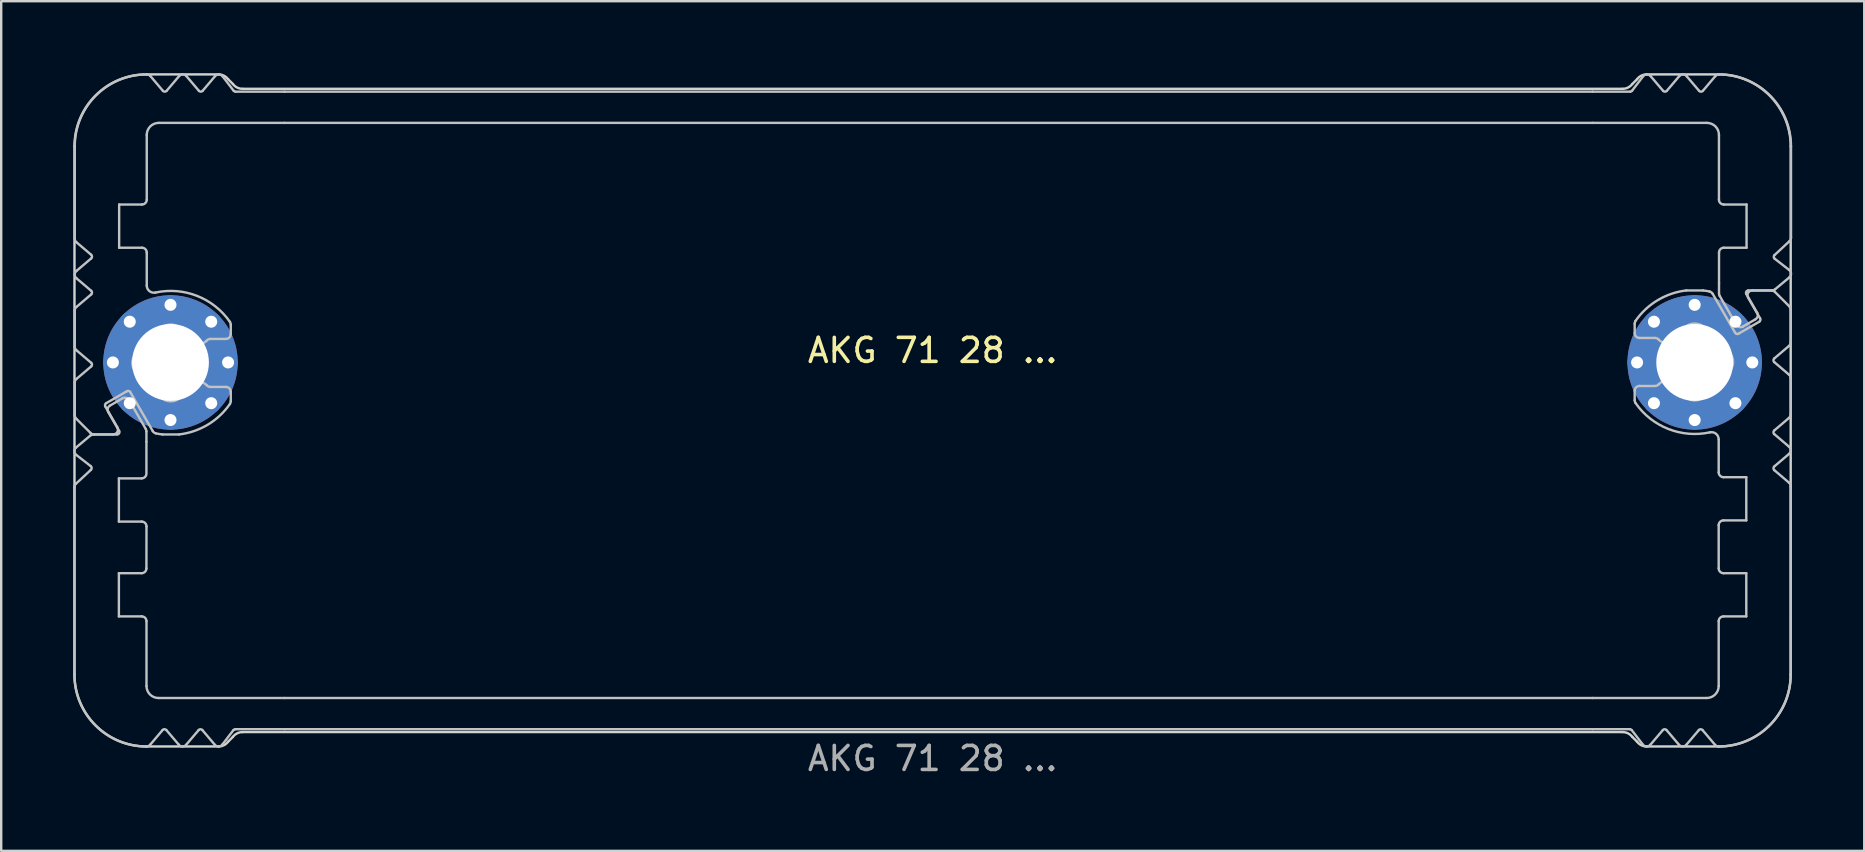
<source format=kicad_pcb>
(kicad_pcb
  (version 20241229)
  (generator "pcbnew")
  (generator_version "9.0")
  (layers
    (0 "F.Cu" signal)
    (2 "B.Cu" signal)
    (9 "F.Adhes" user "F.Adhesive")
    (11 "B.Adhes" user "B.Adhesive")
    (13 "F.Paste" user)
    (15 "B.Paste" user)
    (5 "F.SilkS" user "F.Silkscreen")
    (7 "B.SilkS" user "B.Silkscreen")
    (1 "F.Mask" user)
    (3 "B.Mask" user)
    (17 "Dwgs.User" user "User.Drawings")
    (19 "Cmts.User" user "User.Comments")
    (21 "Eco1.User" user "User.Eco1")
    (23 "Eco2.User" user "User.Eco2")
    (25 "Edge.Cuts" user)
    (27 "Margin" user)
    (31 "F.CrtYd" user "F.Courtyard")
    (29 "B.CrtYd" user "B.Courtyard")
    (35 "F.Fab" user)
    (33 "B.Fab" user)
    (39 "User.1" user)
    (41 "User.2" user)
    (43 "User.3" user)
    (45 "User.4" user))
  (footprint "AKG 71 28 ..."
    (layer "F.Cu")
    (at 35.803 12.05)
    (property "Reference" "AKG 71 28 ..." (at 0 -0.5 0) (unlocked yes) (layer "F.SilkS") (effects (font (size 1 1) (thickness 0.15))))
    (attr exclude_from_pos_files dnp)
    (fp_rect (start -28.25 -11.3) (end 27.704 -10) (stroke (width 0.1) (type solid)) (fill yes) (layer "B.Mask"))
    (fp_rect (start -28.2 14) (end 27.704 15.3) (stroke (width 0.1) (type solid)) (fill yes) (layer "B.Mask"))
    (fp_poly (pts (xy -29.15 -11.3) (xy -28.25 -11.3) (xy -28.25 -10) (xy -32.75 -10) (xy -32.75 -12) (xy -32.05 -11.2) (xy -31.3 -12) (xy -30.55 -11.2) (xy -29.8 -12)) (stroke (width 0.1) (type solid)) (fill yes) (layer "B.Mask"))
    (fp_poly (pts (xy -29.1 15.3) (xy -28.2 15.3) (xy -28.2 14) (xy -32.7 14) (xy -32.7 16) (xy -32 15.2) (xy -31.25 16) (xy -30.5 15.2) (xy -29.75 16)) (stroke (width 0.1) (type solid)) (fill yes) (layer "B.Mask"))
    (fp_poly (pts (xy 29.104 -11.3) (xy 27.704 -11.3) (xy 27.704 -10) (xy 32.704 -10) (xy 32.704 -12) (xy 32.004 -11.2) (xy 31.254 -12) (xy 30.504 -11.2) (xy 29.754 -12)) (stroke (width 0.1) (type solid)) (fill yes) (layer "B.Mask"))
    (fp_poly (pts (xy 29.104 15.3) (xy 27.704 15.3) (xy 27.704 14) (xy 32.704 14) (xy 32.704 16) (xy 32.004 15.2) (xy 31.254 16) (xy 30.504 15.2) (xy 29.754 16)) (stroke (width 0.1) (type solid)) (fill yes) (layer "B.Mask"))
    (fp_poly (pts (xy -32.796 -6.7) (xy -33.896 -6.7) (xy -33.896 -4.7) (xy -32.796 -4.7) (xy -32.796 0.1) (xy -34.896 0.1) (xy -35.696 -0.6) (xy -35.696 -2.2) (xy -34.796 -2.9) (xy -35.696 -3.7) (xy -34.896 -4.4) (xy -35.696 -5.1) (xy -35.696 -12) (xy -32.796 -12)) (stroke (width 0.1) (type solid)) (fill yes) (layer "B.Mask"))
    (fp_poly (pts (xy 32.804 -6.7) (xy 33.904 -6.7) (xy 33.904 -4.7) (xy 32.804 -4.7) (xy 32.804 -0.1) (xy 34.904 -0.1) (xy 35.704 -0.8) (xy 35.704 -2.2) (xy 34.904 -3) (xy 35.704 -3.7) (xy 34.904 -4.4) (xy 35.704 -5.1) (xy 35.704 -12) (xy 32.804 -12)) (stroke (width 0.1) (type solid)) (fill yes) (layer "B.Mask"))
    (fp_poly (pts (xy -32.796 10.6) (xy -33.9 10.6) (xy -33.9 8.75) (xy -32.796 8.75) (xy -32.796 6.7) (xy -33.896 6.7) (xy -33.896 4.7) (xy -32.796 4.7) (xy -32.796 0.1) (xy -34.896 0.1) (xy -35.696 0.8) (xy -35.696 2.2) (xy -34.896 3) (xy -35.696 3.7) (xy -34.896 4.4) (xy -35.696 5.1) (xy -35.696 16) (xy -32.796 16)) (stroke (width 0.1) (type solid)) (fill yes) (layer "B.Mask"))
    (fp_poly (pts (xy 32.8 10.6) (xy 33.9 10.6) (xy 33.9 8.8) (xy 32.8 8.8) (xy 32.804 6.7) (xy 33.904 6.7) (xy 33.904 4.7) (xy 32.804 4.7) (xy 32.804 -0.1) (xy 34.904 -0.1) (xy 35.704 0.6) (xy 35.704 2.2) (xy 34.804 2.9) (xy 35.704 3.7) (xy 34.904 4.4) (xy 35.704 5.1) (xy 35.704 16) (xy 32.804 16)) (stroke (width 0.1) (type solid)) (fill yes) (layer "B.Mask"))
    (fp_line (start -35.752 13) (end -35.752 5.214) (stroke (width 0.1) (type solid)) (layer "Dwgs.User"))
    (fp_line (start -35.739 -0.66) (end -35.739 -2.16) (stroke (width 0.1) (type solid)) (layer "Dwgs.User"))
    (fp_line (start -35.739 2.197) (end -35.739 0.84) (stroke (width 0.1) (type solid)) (layer "Dwgs.User"))
    (fp_line (start -35.739 -5.171) (end -35.739 -9) (stroke (width 0.1) (type solid)) (layer "Dwgs.User"))
    (fp_line (start -35.689 5.053) (end -35.065 4.473) (stroke (width 0.1) (type solid)) (layer "Dwgs.User"))
    (fp_line (start -35.683 3.543) (end -35.089 3.046) (stroke (width 0.1) (type solid)) (layer "Dwgs.User"))
    (fp_line (start -35.669 -3.812) (end -35.055 -4.334) (stroke (width 0.1) (type solid)) (layer "Dwgs.User"))
    (fp_line (start -35.669 -2.312) (end -35.055 -2.834) (stroke (width 0.1) (type solid)) (layer "Dwgs.User"))
    (fp_line (start -35.669 0.688) (end -35.055 0.166) (stroke (width 0.1) (type solid)) (layer "Dwgs.User"))
    (fp_line (start -35.078 2.941) (end -35.681 2.339) (stroke (width 0.1) (type solid)) (layer "Dwgs.User"))
    (fp_line (start -35.072 4.321) (end -35.675 3.853) (stroke (width 0.1) (type solid)) (layer "Dwgs.User"))
    (fp_line (start -35.055 -4.486) (end -35.669 -5.008) (stroke (width 0.1) (type solid)) (layer "Dwgs.User"))
    (fp_line (start -35.055 -2.986) (end -35.669 -3.508) (stroke (width 0.1) (type solid)) (layer "Dwgs.User"))
    (fp_line (start -35.055 0.014) (end -35.669 -0.508) (stroke (width 0.1) (type solid)) (layer "Dwgs.User"))
    (fp_line (start -34.96 3) (end -33.977 3) (stroke (width 0.1) (type solid)) (layer "Dwgs.User"))
    (fp_line (start -34.466 1.834) (end -33.966 2.7) (stroke (width 0.1) (type solid)) (layer "Dwgs.User"))
    (fp_line (start -34.268 1.795) (end -33.933 1.602) (stroke (width 0.1) (type solid)) (layer "Dwgs.User"))
    (fp_line (start -34.139 3) (end -34.936 3) (stroke (width 0.1) (type solid)) (layer "Dwgs.User"))
    (fp_line (start -33.933 1.602) (end -33.749 1.495) (stroke (width 0.1) (type solid)) (layer "Dwgs.User"))
    (fp_line (start -33.9 4.83) (end -33.9 6.63) (stroke (width 0.1) (type solid)) (layer "Dwgs.User"))
    (fp_line (start -33.9 6.63) (end -32.95 6.63) (stroke (width 0.1) (type solid)) (layer "Dwgs.User"))
    (fp_line (start -33.9 8.78) (end -33.9 10.58) (stroke (width 0.1) (type solid)) (layer "Dwgs.User"))
    (fp_line (start -33.9 10.58) (end -32.95 10.58) (stroke (width 0.1) (type solid)) (layer "Dwgs.User"))
    (fp_line (start -33.89 2.85) (end -34.342 2.068) (stroke (width 0.1) (type solid)) (layer "Dwgs.User"))
    (fp_line (start -33.889 -6.58) (end -33.889 -4.78) (stroke (width 0.1) (type solid)) (layer "Dwgs.User"))
    (fp_line (start -33.889 -4.78) (end -32.939 -4.78) (stroke (width 0.1) (type solid)) (layer "Dwgs.User"))
    (fp_line (start -33.563 1.197) (end -34.429 1.697) (stroke (width 0.1) (type solid)) (layer "Dwgs.User"))
    (fp_line (start -33.475 1.568) (end -32.78 2.773) (stroke (width 0.1) (type solid)) (layer "Dwgs.User"))
    (fp_line (start -32.953 4.83) (end -33.9 4.83) (stroke (width 0.1) (type solid)) (layer "Dwgs.User"))
    (fp_line (start -32.953 8.78) (end -33.9 8.78) (stroke (width 0.1) (type solid)) (layer "Dwgs.User"))
    (fp_line (start -32.939 -6.58) (end -33.889 -6.58) (stroke (width 0.1) (type solid)) (layer "Dwgs.User"))
    (fp_line (start -32.753 2.873) (end -32.753 3.3) (stroke (width 0.1) (type solid)) (layer "Dwgs.User"))
    (fp_line (start -32.753 3.305) (end -32.753 4.58) (stroke (width 0.1) (type solid)) (layer "Dwgs.User"))
    (fp_line (start -32.752 16) (end -32.752 16) (stroke (width 0.1) (type solid)) (layer "Dwgs.User"))
    (fp_line (start -32.751 16) (end -32.752 16) (stroke (width 0.1) (type solid)) (layer "Dwgs.User"))
    (fp_line (start -32.75 6.83) (end -32.753 8.58) (stroke (width 0.1) (type solid)) (layer "Dwgs.User"))
    (fp_line (start -32.75 10.78) (end -32.75 13.48) (stroke (width 0.1) (type solid)) (layer "Dwgs.User"))
    (fp_line (start -32.739 -9.48) (end -32.739 -6.78) (stroke (width 0.1) (type solid)) (layer "Dwgs.User"))
    (fp_line (start -32.739 -4.58) (end -32.739 -3.205) (stroke (width 0.1) (type solid)) (layer "Dwgs.User"))
    (fp_line (start -32.586 -11.929) (end -32.065 -11.315) (stroke (width 0.1) (type solid)) (layer "Dwgs.User"))
    (fp_line (start -32.488 2.86) (end -33.427 1.234) (stroke (width 0.1) (type solid)) (layer "Dwgs.User"))
    (fp_line (start -32.25 13.98) (end -27 13.98) (stroke (width 0.1) (type solid)) (layer "Dwgs.User"))
    (fp_line (start -32.079 15.315) (end -32.599 15.929) (stroke (width 0.1) (type solid)) (layer "Dwgs.User"))
    (fp_line (start -31.913 -11.315) (end -31.392 -11.929) (stroke (width 0.1) (type solid)) (layer "Dwgs.User"))
    (fp_line (start -31.414 15.914) (end -31.924 15.315) (stroke (width 0.1) (type solid)) (layer "Dwgs.User"))
    (fp_line (start -31.393 3) (end -32.085 3) (stroke (width 0.1) (type solid)) (layer "Dwgs.User"))
    (fp_line (start -31.087 -11.929) (end -30.565 -11.315) (stroke (width 0.1) (type solid)) (layer "Dwgs.User"))
    (fp_line (start -30.576 15.315) (end -31.098 15.929) (stroke (width 0.1) (type solid)) (layer "Dwgs.User"))
    (fp_line (start -30.413 -11.315) (end -29.892 -11.929) (stroke (width 0.1) (type solid)) (layer "Dwgs.User"))
    (fp_line (start -30.088 1.02) (end -29.439 1.02) (stroke (width 0.1) (type solid)) (layer "Dwgs.User"))
    (fp_line (start -29.903 15.929) (end -30.424 15.315) (stroke (width 0.1) (type solid)) (layer "Dwgs.User"))
    (fp_line (start -29.58 -11.922) (end -29.119 -11.319) (stroke (width 0.1) (type solid)) (layer "Dwgs.User"))
    (fp_line (start -29.439 -0.98) (end -30.088 -0.98) (stroke (width 0.1) (type solid)) (layer "Dwgs.User"))
    (fp_line (start -29.239 -1.577) (end -29.239 -1.18) (stroke (width 0.1) (type solid)) (layer "Dwgs.User"))
    (fp_line (start -29.239 1.22) (end -29.239 1.617) (stroke (width 0.1) (type solid)) (layer "Dwgs.User"))
    (fp_line (start -29.129 15.319) (end -29.591 15.922) (stroke (width 0.1) (type solid)) (layer "Dwgs.User"))
    (fp_line (start -29.039 -11.28) (end -27 -11.28) (stroke (width 0.1) (type solid)) (layer "Dwgs.User"))
    (fp_line (start -27 -11.28) (end 27.5 -11.28) (stroke (width 0.1) (type solid)) (layer "Dwgs.User"))
    (fp_line (start -27 -9.98) (end -32.239 -9.98) (stroke (width 0.1) (type solid)) (layer "Dwgs.User"))
    (fp_line (start -27 -9.98) (end 27.5 -9.98) (stroke (width 0.1) (type solid)) (layer "Dwgs.User"))
    (fp_line (start -27 13.98) (end 27.5 13.98) (stroke (width 0.1) (type solid)) (layer "Dwgs.User"))
    (fp_line (start -27 15.28) (end -29.05 15.28) (stroke (width 0.1) (type solid)) (layer "Dwgs.User"))
    (fp_line (start -27 15.28) (end 27.5 15.28) (stroke (width 0.1) (type solid)) (layer "Dwgs.User"))
    (fp_line (start 27.5 -11.28) (end 29.059 -11.28) (stroke (width 0.1) (type solid)) (layer "Dwgs.User"))
    (fp_line (start 27.5 -9.98) (end 32.261 -9.98) (stroke (width 0.1) (type solid)) (layer "Dwgs.User"))
    (fp_line (start 27.5 13.98) (end 32.241 13.98) (stroke (width 0.1) (type solid)) (layer "Dwgs.User"))
    (fp_line (start 27.5 15.28) (end 29.05 15.28) (stroke (width 0.1) (type solid)) (layer "Dwgs.User"))
    (fp_line (start 29.14 -11.319) (end 29.602 -11.922) (stroke (width 0.1) (type solid)) (layer "Dwgs.User"))
    (fp_line (start 29.25 -1.22) (end 29.25 -1.617) (stroke (width 0.1) (type solid)) (layer "Dwgs.User"))
    (fp_line (start 29.25 1.577) (end 29.25 1.18) (stroke (width 0.1) (type solid)) (layer "Dwgs.User"))
    (fp_line (start 29.45 0.98) (end 30.099 0.98) (stroke (width 0.1) (type solid)) (layer "Dwgs.User"))
    (fp_line (start 29.591 15.922) (end 29.129 15.319) (stroke (width 0.1) (type solid)) (layer "Dwgs.User"))
    (fp_line (start 29.913 -11.929) (end 30.435 -11.315) (stroke (width 0.1) (type solid)) (layer "Dwgs.User"))
    (fp_line (start 30.099 -1.02) (end 29.45 -1.02) (stroke (width 0.1) (type solid)) (layer "Dwgs.User"))
    (fp_line (start 30.424 15.315) (end 29.902 15.929) (stroke (width 0.1) (type solid)) (layer "Dwgs.User"))
    (fp_line (start 30.587 -11.315) (end 31.108 -11.929) (stroke (width 0.1) (type solid)) (layer "Dwgs.User"))
    (fp_line (start 31.097 15.929) (end 30.576 15.315) (stroke (width 0.1) (type solid)) (layer "Dwgs.User"))
    (fp_line (start 31.404 -3) (end 32.096 -3) (stroke (width 0.1) (type solid)) (layer "Dwgs.User"))
    (fp_line (start 31.425 -11.914) (end 31.935 -11.315) (stroke (width 0.1) (type solid)) (layer "Dwgs.User"))
    (fp_line (start 31.924 15.315) (end 31.402 15.929) (stroke (width 0.1) (type solid)) (layer "Dwgs.User"))
    (fp_line (start 32.09 -11.315) (end 32.61 -11.929) (stroke (width 0.1) (type solid)) (layer "Dwgs.User"))
    (fp_line (start 32.499 -2.86) (end 33.438 -1.234) (stroke (width 0.1) (type solid)) (layer "Dwgs.User"))
    (fp_line (start 32.596 15.929) (end 32.076 15.315) (stroke (width 0.1) (type solid)) (layer "Dwgs.User"))
    (fp_line (start 32.75 4.58) (end 32.75 3.205) (stroke (width 0.1) (type solid)) (layer "Dwgs.User"))
    (fp_line (start 32.75 6.78) (end 32.75 8.577) (stroke (width 0.1) (type solid)) (layer "Dwgs.User"))
    (fp_line (start 32.75 13.48) (end 32.75 10.78) (stroke (width 0.1) (type solid)) (layer "Dwgs.User"))
    (fp_line (start 32.761 -6.78) (end 32.761 -9.48) (stroke (width 0.1) (type solid)) (layer "Dwgs.User"))
    (fp_line (start 32.762 -12) (end 32.762 -12) (stroke (width 0.1) (type solid)) (layer "Dwgs.User"))
    (fp_line (start 32.762 -12) (end 32.763 -12) (stroke (width 0.1) (type solid)) (layer "Dwgs.User"))
    (fp_line (start 32.764 -3.305) (end 32.764 -4.58) (stroke (width 0.1) (type solid)) (layer "Dwgs.User"))
    (fp_line (start 32.764 -2.873) (end 32.764 -3.3) (stroke (width 0.1) (type solid)) (layer "Dwgs.User"))
    (fp_line (start 32.95 6.58) (end 33.9 6.58) (stroke (width 0.1) (type solid)) (layer "Dwgs.User"))
    (fp_line (start 32.95 10.58) (end 33.9 10.58) (stroke (width 0.1) (type solid)) (layer "Dwgs.User"))
    (fp_line (start 32.964 -4.78) (end 33.911 -4.78) (stroke (width 0.1) (type solid)) (layer "Dwgs.User"))
    (fp_line (start 33.486 -1.568) (end 32.791 -2.773) (stroke (width 0.1) (type solid)) (layer "Dwgs.User"))
    (fp_line (start 33.574 -1.197) (end 34.44 -1.697) (stroke (width 0.1) (type solid)) (layer "Dwgs.User"))
    (fp_line (start 33.9 4.78) (end 32.95 4.78) (stroke (width 0.1) (type solid)) (layer "Dwgs.User"))
    (fp_line (start 33.9 6.58) (end 33.9 4.78) (stroke (width 0.1) (type solid)) (layer "Dwgs.User"))
    (fp_line (start 33.9 8.78) (end 32.95 8.78) (stroke (width 0.1) (type solid)) (layer "Dwgs.User"))
    (fp_line (start 33.9 10.58) (end 33.9 8.78) (stroke (width 0.1) (type solid)) (layer "Dwgs.User"))
    (fp_line (start 33.901 -2.85) (end 34.352 -2.068) (stroke (width 0.1) (type solid)) (layer "Dwgs.User"))
    (fp_line (start 33.911 -6.58) (end 32.961 -6.58) (stroke (width 0.1) (type solid)) (layer "Dwgs.User"))
    (fp_line (start 33.911 -4.78) (end 33.911 -6.58) (stroke (width 0.1) (type solid)) (layer "Dwgs.User"))
    (fp_line (start 33.944 -1.602) (end 33.759 -1.495) (stroke (width 0.1) (type solid)) (layer "Dwgs.User"))
    (fp_line (start 34.15 -3) (end 34.947 -3) (stroke (width 0.1) (type solid)) (layer "Dwgs.User"))
    (fp_line (start 34.279 -1.795) (end 33.944 -1.602) (stroke (width 0.1) (type solid)) (layer "Dwgs.User"))
    (fp_line (start 34.477 -1.834) (end 33.977 -2.7) (stroke (width 0.1) (type solid)) (layer "Dwgs.User"))
    (fp_line (start 34.971 -3) (end 33.988 -3) (stroke (width 0.1) (type solid)) (layer "Dwgs.User"))
    (fp_line (start 35.065 -0.014) (end 35.679 0.508) (stroke (width 0.1) (type solid)) (layer "Dwgs.User"))
    (fp_line (start 35.065 2.986) (end 35.679 3.508) (stroke (width 0.1) (type solid)) (layer "Dwgs.User"))
    (fp_line (start 35.065 4.486) (end 35.679 5.008) (stroke (width 0.1) (type solid)) (layer "Dwgs.User"))
    (fp_line (start 35.083 -4.321) (end 35.686 -3.853) (stroke (width 0.1) (type solid)) (layer "Dwgs.User"))
    (fp_line (start 35.089 -2.941) (end 35.691 -2.339) (stroke (width 0.1) (type solid)) (layer "Dwgs.User"))
    (fp_line (start 35.679 -0.688) (end 35.065 -0.166) (stroke (width 0.1) (type solid)) (layer "Dwgs.User"))
    (fp_line (start 35.679 2.312) (end 35.065 2.834) (stroke (width 0.1) (type solid)) (layer "Dwgs.User"))
    (fp_line (start 35.679 3.812) (end 35.065 4.334) (stroke (width 0.1) (type solid)) (layer "Dwgs.User"))
    (fp_line (start 35.693 -3.543) (end 35.099 -3.047) (stroke (width 0.1) (type solid)) (layer "Dwgs.User"))
    (fp_line (start 35.7 -5.053) (end 35.076 -4.473) (stroke (width 0.1) (type solid)) (layer "Dwgs.User"))
    (fp_line (start 35.75 5.171) (end 35.749 13) (stroke (width 0.1) (type solid)) (layer "Dwgs.User"))
    (fp_line (start 35.75 -2.197) (end 35.75 -0.84) (stroke (width 0.1) (type solid)) (layer "Dwgs.User"))
    (fp_line (start 35.75 0.66) (end 35.75 2.16) (stroke (width 0.1) (type solid)) (layer "Dwgs.User"))
    (fp_line (start 35.763 -9) (end 35.763 -5.215) (stroke (width 0.1) (type solid)) (layer "Dwgs.User"))
    (fp_arc (start -35.752431 5.214496) (mid -35.73921 5.126511) (end -35.689103 5.05299) (stroke (width 0.1) (type solid)) (layer "Dwgs.User"))
    (fp_arc (start -35.73919 -2.16003) (mid -35.720691 -2.24403) (end -35.668628 -2.312496) (stroke (width 0.1) (type solid)) (layer "Dwgs.User"))
    (fp_arc (start -35.73919 0.83997) (mid -35.720691 0.75597) (end -35.668628 0.687504) (stroke (width 0.1) (type solid)) (layer "Dwgs.User"))
    (fp_arc (start -35.738629 -9.00003) (mid -34.859776 -11.121528) (end -32.738132 -12.00003) (stroke (width 0.1) (type solid)) (layer "Dwgs.User"))
    (fp_arc (start -35.680611 2.338548) (mid -35.723952 2.273658) (end -35.73919 2.197127) (stroke (width 0.1) (type solid)) (layer "Dwgs.User"))
    (fp_arc (start -35.675499 3.853059) (mid -35.752937 3.699538) (end -35.682592 3.542641) (stroke (width 0.1) (type solid)) (layer "Dwgs.User"))
    (fp_arc (start -35.668628 -5.007564) (mid -35.723021 -5.081251) (end -35.738863 -5.171459) (stroke (width 0.1) (type solid)) (layer "Dwgs.User"))
    (fp_arc (start -35.668628 -3.507564) (mid -35.739188 -3.66003) (end -35.668628 -3.812496) (stroke (width 0.1) (type solid)) (layer "Dwgs.User"))
    (fp_arc (start -35.668628 -0.507564) (mid -35.720694 -0.576029) (end -35.73919 -0.66003) (stroke (width 0.1) (type solid)) (layer "Dwgs.User"))
    (fp_arc (start -35.088668 3.046481) (mid -35.028648 3.011946) (end -34.960445 2.99997) (stroke (width 0.1) (type solid)) (layer "Dwgs.User"))
    (fp_arc (start -35.071739 4.320925) (mid -35.033088 4.395508) (end -35.064937 4.473239) (stroke (width 0.1) (type solid)) (layer "Dwgs.User"))
    (fp_arc (start -35.054583 -4.486263) (mid -35.019295 -4.41003) (end -35.054583 -4.333797) (stroke (width 0.1) (type solid)) (layer "Dwgs.User"))
    (fp_arc (start -35.054583 -2.986263) (mid -35.019295 -2.91003) (end -35.054583 -2.833797) (stroke (width 0.1) (type solid)) (layer "Dwgs.User"))
    (fp_arc (start -35.054583 0.013737) (mid -35.019295 0.08997) (end -35.054583 0.166203) (stroke (width 0.1) (type solid)) (layer "Dwgs.User"))
    (fp_arc (start -34.936347 2.99997) (mid -35.012877 2.984729) (end -35.077769 2.941391) (stroke (width 0.1) (type solid)) (layer "Dwgs.User"))
    (fp_arc (start -34.465985 1.833944) (mid -34.475952 1.758068) (end -34.429382 1.697342) (stroke (width 0.1) (type solid)) (layer "Dwgs.User"))
    (fp_arc (start -34.341514 2.068343) (mid -34.361468 1.916586) (end -34.268309 1.795138) (stroke (width 0.1) (type solid)) (layer "Dwgs.User"))
    (fp_arc (start -33.965985 2.69997) (mid -33.965978 2.899974) (end -34.13919 2.99997) (stroke (width 0.1) (type solid)) (layer "Dwgs.User"))
    (fp_arc (start -33.890241 2.84997) (mid -33.890233 2.949975) (end -33.976844 2.99997) (stroke (width 0.1) (type solid)) (layer "Dwgs.User"))
    (fp_arc (start -33.748694 1.495138) (mid -33.596932 1.475166) (end -33.475489 1.568343) (stroke (width 0.1) (type solid)) (layer "Dwgs.User"))
    (fp_arc (start -33.563357 1.197342) (mid -33.487485 1.187387) (end -33.426754 1.233944) (stroke (width 0.1) (type solid)) (layer "Dwgs.User"))
    (fp_arc (start -32.950049 6.62997) (mid -32.808651 6.688572) (end -32.750049 6.82997) (stroke (width 0.1) (type solid)) (layer "Dwgs.User"))
    (fp_arc (start -32.950049 10.57997) (mid -32.808651 10.638572) (end -32.750049 10.77997) (stroke (width 0.1) (type solid)) (layer "Dwgs.User"))
    (fp_arc (start -32.93919 -4.78003) (mid -32.797772 -4.721448) (end -32.73919 -4.58003) (stroke (width 0.1) (type solid)) (layer "Dwgs.User"))
    (fp_arc (start -32.90419 -0.556897) (mid -32.658426 -0.899266) (end -32.316057 -1.14503) (stroke (width 0.1) (type solid)) (layer "Dwgs.User"))
    (fp_arc (start -32.90419 0.596836) (mid -33.339189 0.01997) (end -32.90419 -0.556897) (stroke (width 0.1) (type solid)) (layer "Dwgs.User"))
    (fp_arc (start -32.779787 2.773333) (mid -32.759797 2.821567) (end -32.752992 2.873333) (stroke (width 0.1) (type solid)) (layer "Dwgs.User"))
    (fp_arc (start -32.752992 4.62997) (mid -32.811565 4.771397) (end -32.952992 4.82997) (stroke (width 0.1) (type solid)) (layer "Dwgs.User"))
    (fp_arc (start -32.752992 8.57997) (mid -32.811565 8.721397) (end -32.952992 8.77997) (stroke (width 0.1) (type solid)) (layer "Dwgs.User"))
    (fp_arc (start -32.751935 15.99997) (mid -34.873559 15.121448) (end -35.752431 12.99997) (stroke (width 0.1) (type solid)) (layer "Dwgs.User"))
    (fp_arc (start -32.73919 -9.48003) (mid -32.592738 -9.833578) (end -32.23919 -9.98003) (stroke (width 0.1) (type solid)) (layer "Dwgs.User"))
    (fp_arc (start -32.73919 -6.78003) (mid -32.797762 -6.638602) (end -32.93919 -6.58003) (stroke (width 0.1) (type solid)) (layer "Dwgs.User"))
    (fp_arc (start -32.738132 -12.00003) (mid -32.654059 -11.98147) (end -32.585563 -11.929306) (stroke (width 0.1) (type solid)) (layer "Dwgs.User"))
    (fp_arc (start -32.599192 15.929246) (mid -32.667408 15.9813) (end -32.751161 15.999969) (stroke (width 0.1) (type solid)) (layer "Dwgs.User"))
    (fp_arc (start -32.375554 -2.911761) (mid -32.627487 -2.97138) (end -32.73919 -3.204934) (stroke (width 0.1) (type solid)) (layer "Dwgs.User"))
    (fp_arc (start -32.375554 -2.911761) (mid -30.640142 -2.771458) (end -29.274904 -1.690965) (stroke (width 0.1) (type solid)) (layer "Dwgs.User"))
    (fp_arc (start -32.355732 2.955932) (mid -32.431984 2.922143) (end -32.487834 2.860201) (stroke (width 0.1) (type solid)) (layer "Dwgs.User"))
    (fp_arc (start -32.316057 -1.14503) (mid -31.73919 -1.58003) (end -31.162323 -1.14503) (stroke (width 0.1) (type solid)) (layer "Dwgs.User"))
    (fp_arc (start -32.316057 1.18497) (mid -32.65843 0.939209) (end -32.90419 0.596836) (stroke (width 0.1) (type solid)) (layer "Dwgs.User"))
    (fp_arc (start -32.250049 13.97997) (mid -32.603577 13.833498) (end -32.750049 13.47997) (stroke (width 0.1) (type solid)) (layer "Dwgs.User"))
    (fp_arc (start -32.085022 2.99997) (mid -32.220881 2.981048) (end -32.355732 2.955932) (stroke (width 0.1) (type solid)) (layer "Dwgs.User"))
    (fp_arc (start -32.079121 15.315332) (mid -32.001541 15.278264) (end -31.923885 15.315171) (stroke (width 0.1) (type solid)) (layer "Dwgs.User"))
    (fp_arc (start -31.912951 -11.315318) (mid -31.989181 -11.280019) (end -32.065417 -11.315305) (stroke (width 0.1) (type solid)) (layer "Dwgs.User"))
    (fp_arc (start -31.391667 -11.929455) (mid -31.23919 -12.000029) (end -31.086712 -11.929455) (stroke (width 0.1) (type solid)) (layer "Dwgs.User"))
    (fp_arc (start -31.162323 -1.14503) (mid -30.980199 -1.035459) (end -30.818362 -0.897677) (stroke (width 0.1) (type solid)) (layer "Dwgs.User"))
    (fp_arc (start -31.162323 1.18497) (mid -31.73919 1.61997) (end -32.316057 1.18497) (stroke (width 0.1) (type solid)) (layer "Dwgs.User"))
    (fp_arc (start -31.097571 15.929394) (mid -31.259557 15.999707) (end -31.414131 15.914325) (stroke (width 0.1) (type solid)) (layer "Dwgs.User"))
    (fp_arc (start -30.818362 0.937617) (mid -30.980203 1.075392) (end -31.162323 1.18497) (stroke (width 0.1) (type solid)) (layer "Dwgs.User"))
    (fp_arc (start -30.818362 0.937617) (mid -30.524243 0.820096) (end -30.236888 0.953303) (stroke (width 0.1) (type solid)) (layer "Dwgs.User"))
    (fp_arc (start -30.576288 15.315258) (mid -30.500049 15.27997) (end -30.42381 15.315258) (stroke (width 0.1) (type solid)) (layer "Dwgs.User"))
    (fp_arc (start -30.412951 -11.315318) (mid -30.48919 -11.28003) (end -30.565429 -11.315318) (stroke (width 0.1) (type solid)) (layer "Dwgs.User"))
    (fp_arc (start -30.236888 -0.913364) (mid -30.524244 -0.780195) (end -30.818362 -0.897677) (stroke (width 0.1) (type solid)) (layer "Dwgs.User"))
    (fp_arc (start -30.236888 -0.913364) (mid -30.169468 -0.962607) (end -30.087817 -0.98003) (stroke (width 0.1) (type solid)) (layer "Dwgs.User"))
    (fp_arc (start -30.087817 1.01997) (mid -30.169464 1.002537) (end -30.236888 0.953303) (stroke (width 0.1) (type solid)) (layer "Dwgs.User"))
    (fp_arc (start -29.891667 -11.929455) (mid -29.734216 -11.999958) (end -29.580466 -11.921713) (stroke (width 0.1) (type solid)) (layer "Dwgs.User"))
    (fp_arc (start -29.591325 15.921653) (mid -29.745076 15.999873) (end -29.902527 15.929394) (stroke (width 0.1) (type solid)) (layer "Dwgs.User"))
    (fp_arc (start -29.43919 1.01997) (mid -29.297772 1.078552) (end -29.23919 1.21997) (stroke (width 0.1) (type solid)) (layer "Dwgs.User"))
    (fp_arc (start -29.274904 -1.690965) (mid -29.248333 -1.636662) (end -29.23919 -1.576902) (stroke (width 0.1) (type solid)) (layer "Dwgs.User"))
    (fp_arc (start -29.274904 1.730904) (mid -30.197492 2.593529) (end -31.393358 2.99997) (stroke (width 0.1) (type solid)) (layer "Dwgs.User"))
    (fp_arc (start -29.23919 -1.18003) (mid -29.297762 -1.038602) (end -29.43919 -0.98003) (stroke (width 0.1) (type solid)) (layer "Dwgs.User"))
    (fp_arc (start -29.23919 1.616842) (mid -29.248317 1.676607) (end -29.274904 1.730904) (stroke (width 0.1) (type solid)) (layer "Dwgs.User"))
    (fp_arc (start -29.129411 15.319129) (mid -29.094304 15.290279) (end -29.050049 15.27997) (stroke (width 0.1) (type solid)) (layer "Dwgs.User"))
    (fp_arc (start -29.03919 -11.28003) (mid -29.08344 -11.29035) (end -29.118552 -11.319189) (stroke (width 0.1) (type solid)) (layer "Dwgs.User"))
    (fp_arc (start 29.049951 15.27997) (mid 29.094227 15.290252) (end 29.129313 15.319129) (stroke (width 0.1) (type solid)) (layer "Dwgs.User"))
    (fp_arc (start 29.140172 -11.319189) (mid 29.105063 -11.290348) (end 29.06081 -11.28003) (stroke (width 0.1) (type solid)) (layer "Dwgs.User"))
    (fp_arc (start 29.249951 -1.616902) (mid 29.259087 -1.676664) (end 29.285665 -1.730964) (stroke (width 0.1) (type solid)) (layer "Dwgs.User"))
    (fp_arc (start 29.249951 1.17997) (mid 29.308508 1.038521) (end 29.449951 0.97997) (stroke (width 0.1) (type solid)) (layer "Dwgs.User"))
    (fp_arc (start 29.285665 -1.730964) (mid 30.208253 -2.593587) (end 31.404119 -3.00003) (stroke (width 0.1) (type solid)) (layer "Dwgs.User"))
    (fp_arc (start 29.285665 1.690905) (mid 29.259084 1.636606) (end 29.249951 1.576842) (stroke (width 0.1) (type solid)) (layer "Dwgs.User"))
    (fp_arc (start 29.449951 -1.02003) (mid 29.308537 -1.078622) (end 29.249951 -1.22003) (stroke (width 0.1) (type solid)) (layer "Dwgs.User"))
    (fp_arc (start 29.602086 -11.921713) (mid 29.755833 -11.999949) (end 29.913288 -11.929455) (stroke (width 0.1) (type solid)) (layer "Dwgs.User"))
    (fp_arc (start 29.902429 15.929394) (mid 29.744997 15.999775) (end 29.591227 15.921653) (stroke (width 0.1) (type solid)) (layer "Dwgs.User"))
    (fp_arc (start 30.098578 -1.02003) (mid 30.180228 -1.002607) (end 30.247649 -0.953363) (stroke (width 0.1) (type solid)) (layer "Dwgs.User"))
    (fp_arc (start 30.247649 0.913304) (mid 30.180214 0.962507) (end 30.098578 0.97997) (stroke (width 0.1) (type solid)) (layer "Dwgs.User"))
    (fp_arc (start 30.247649 0.913304) (mid 30.535007 0.78012) (end 30.829123 0.897617) (stroke (width 0.1) (type solid)) (layer "Dwgs.User"))
    (fp_arc (start 30.423712 15.315258) (mid 30.499951 15.27997) (end 30.57619 15.315258) (stroke (width 0.1) (type solid)) (layer "Dwgs.User"))
    (fp_arc (start 30.587049 -11.315318) (mid 30.51081 -11.28003) (end 30.434571 -11.315318) (stroke (width 0.1) (type solid)) (layer "Dwgs.User"))
    (fp_arc (start 30.829123 -0.937677) (mid 30.535008 -0.820173) (end 30.247649 -0.953363) (stroke (width 0.1) (type solid)) (layer "Dwgs.User"))
    (fp_arc (start 30.829123 -0.937677) (mid 30.990963 -1.075455) (end 31.173084 -1.18503) (stroke (width 0.1) (type solid)) (layer "Dwgs.User"))
    (fp_arc (start 31.108333 -11.929455) (mid 31.270316 -11.999785) (end 31.424892 -11.914385) (stroke (width 0.1) (type solid)) (layer "Dwgs.User"))
    (fp_arc (start 31.173084 -1.18503) (mid 31.749951 -1.62003) (end 32.326818 -1.18503) (stroke (width 0.1) (type solid)) (layer "Dwgs.User"))
    (fp_arc (start 31.173084 1.14497) (mid 30.990968 1.035388) (end 30.829123 0.897617) (stroke (width 0.1) (type solid)) (layer "Dwgs.User"))
    (fp_arc (start 31.402429 15.929394) (mid 31.249951 15.99997) (end 31.097473 15.929394) (stroke (width 0.1) (type solid)) (layer "Dwgs.User"))
    (fp_arc (start 31.923712 15.315258) (mid 31.99996 15.279837) (end 32.076178 15.315245) (stroke (width 0.1) (type solid)) (layer "Dwgs.User"))
    (fp_arc (start 32.089882 -11.315392) (mid 32.012303 -11.278341) (end 31.934646 -11.315231) (stroke (width 0.1) (type solid)) (layer "Dwgs.User"))
    (fp_arc (start 32.095783 -3.00003) (mid 32.231641 -2.981105) (end 32.366493 -2.955992) (stroke (width 0.1) (type solid)) (layer "Dwgs.User"))
    (fp_arc (start 32.26081 -9.98003) (mid 32.614368 -9.833582) (end 32.76081 -9.48003) (stroke (width 0.1) (type solid)) (layer "Dwgs.User"))
    (fp_arc (start 32.326818 -1.18503) (mid 32.669174 -0.939253) (end 32.914951 -0.596896) (stroke (width 0.1) (type solid)) (layer "Dwgs.User"))
    (fp_arc (start 32.326818 1.14497) (mid 31.749951 1.57997) (end 31.173084 1.14497) (stroke (width 0.1) (type solid)) (layer "Dwgs.User"))
    (fp_arc (start 32.366493 -2.955992) (mid 32.44276 -2.922223) (end 32.498595 -2.860261) (stroke (width 0.1) (type solid)) (layer "Dwgs.User"))
    (fp_arc (start 32.386315 2.9117) (mid 30.650893 2.771423) (end 29.285665 1.690905) (stroke (width 0.1) (type solid)) (layer "Dwgs.User"))
    (fp_arc (start 32.386315 2.9117) (mid 32.638259 2.971301) (end 32.749951 3.204873) (stroke (width 0.1) (type solid)) (layer "Dwgs.User"))
    (fp_arc (start 32.609953 -11.929306) (mid 32.678161 -11.98137) (end 32.761922 -12.000029) (stroke (width 0.1) (type solid)) (layer "Dwgs.User"))
    (fp_arc (start 32.748893 15.99997) (mid 32.664817 15.981423) (end 32.596324 15.929246) (stroke (width 0.1) (type solid)) (layer "Dwgs.User"))
    (fp_arc (start 32.749951 6.77997) (mid 32.808508 6.638521) (end 32.949951 6.57997) (stroke (width 0.1) (type solid)) (layer "Dwgs.User"))
    (fp_arc (start 32.749951 10.77997) (mid 32.808508 10.638521) (end 32.949951 10.57997) (stroke (width 0.1) (type solid)) (layer "Dwgs.User"))
    (fp_arc (start 32.749951 13.47997) (mid 32.603547 13.83359) (end 32.249951 13.97997) (stroke (width 0.1) (type solid)) (layer "Dwgs.User"))
    (fp_arc (start 32.762696 -12.00003) (mid 34.884353 -11.12153) (end 35.763192 -9.00003) (stroke (width 0.1) (type solid)) (layer "Dwgs.User"))
    (fp_arc (start 32.763753 -4.58003) (mid 32.822375 -4.721384) (end 32.963753 -4.78003) (stroke (width 0.1) (type solid)) (layer "Dwgs.User"))
    (fp_arc (start 32.790548 -2.773393) (mid 32.770575 -2.821629) (end 32.763753 -2.873393) (stroke (width 0.1) (type solid)) (layer "Dwgs.User"))
    (fp_arc (start 32.914951 -0.596896) (mid 33.349993 -0.02003) (end 32.914951 0.556837) (stroke (width 0.1) (type solid)) (layer "Dwgs.User"))
    (fp_arc (start 32.914951 0.556837) (mid 32.669179 0.899197) (end 32.326818 1.14497) (stroke (width 0.1) (type solid)) (layer "Dwgs.User"))
    (fp_arc (start 32.949951 4.77997) (mid 32.808537 4.721378) (end 32.749951 4.57997) (stroke (width 0.1) (type solid)) (layer "Dwgs.User"))
    (fp_arc (start 32.949951 8.77997) (mid 32.808537 8.721378) (end 32.749951 8.57997) (stroke (width 0.1) (type solid)) (layer "Dwgs.User"))
    (fp_arc (start 32.96081 -6.58003) (mid 32.819393 -6.638607) (end 32.76081 -6.78003) (stroke (width 0.1) (type solid)) (layer "Dwgs.User"))
    (fp_arc (start 33.574118 -1.197402) (mid 33.498228 -1.1874) (end 33.437515 -1.234004) (stroke (width 0.1) (type solid)) (layer "Dwgs.User"))
    (fp_arc (start 33.759455 -1.495198) (mid 33.607708 -1.475259) (end 33.48625 -1.568403) (stroke (width 0.1) (type solid)) (layer "Dwgs.User"))
    (fp_arc (start 33.901002 -2.85003) (mid 33.901034 -2.950025) (end 33.987605 -3.00003) (stroke (width 0.1) (type solid)) (layer "Dwgs.User"))
    (fp_arc (start 33.976746 -2.70003) (mid 33.976772 -2.900014) (end 34.149951 -3.00003) (stroke (width 0.1) (type solid)) (layer "Dwgs.User"))
    (fp_arc (start 34.352275 -2.068403) (mid 34.372261 -1.916639) (end 34.27907 -1.795198) (stroke (width 0.1) (type solid)) (layer "Dwgs.User"))
    (fp_arc (start 34.476746 -1.834004) (mid 34.486734 -1.758118) (end 34.440143 -1.697402) (stroke (width 0.1) (type solid)) (layer "Dwgs.User"))
    (fp_arc (start 34.947108 -3.00003) (mid 35.023645 -2.984805) (end 35.08853 -2.941451) (stroke (width 0.1) (type solid)) (layer "Dwgs.User"))
    (fp_arc (start 35.065344 -0.013797) (mid 35.030134 -0.090019) (end 35.065344 -0.166263) (stroke (width 0.1) (type solid)) (layer "Dwgs.User"))
    (fp_arc (start 35.065344 2.986203) (mid 35.030134 2.909981) (end 35.065344 2.833737) (stroke (width 0.1) (type solid)) (layer "Dwgs.User"))
    (fp_arc (start 35.065344 4.486203) (mid 35.030134 4.409981) (end 35.065344 4.333737) (stroke (width 0.1) (type solid)) (layer "Dwgs.User"))
    (fp_arc (start 35.0825 -4.320985) (mid 35.043932 -4.395559) (end 35.075698 -4.473299) (stroke (width 0.1) (type solid)) (layer "Dwgs.User"))
    (fp_arc (start 35.099429 -3.046541) (mid 35.03941 -3.011993) (end 34.971206 -3.00003) (stroke (width 0.1) (type solid)) (layer "Dwgs.User"))
    (fp_arc (start 35.679389 0.507504) (mid 35.731453 0.57597) (end 35.749951 0.65997) (stroke (width 0.1) (type solid)) (layer "Dwgs.User"))
    (fp_arc (start 35.679389 3.507504) (mid 35.750027 3.659981) (end 35.679389 3.812436) (stroke (width 0.1) (type solid)) (layer "Dwgs.User"))
    (fp_arc (start 35.679389 5.007504) (mid 35.733796 5.081185) (end 35.749624 5.171399) (stroke (width 0.1) (type solid)) (layer "Dwgs.User"))
    (fp_arc (start 35.68626 -3.853119) (mid 35.763781 -3.699588) (end 35.693353 -3.542701) (stroke (width 0.1) (type solid)) (layer "Dwgs.User"))
    (fp_arc (start 35.691372 -2.338608) (mid 35.734723 -2.27372) (end 35.749951 -2.197187) (stroke (width 0.1) (type solid)) (layer "Dwgs.User"))
    (fp_arc (start 35.74939 12.99997) (mid 34.870538 15.121469) (end 32.748893 15.99997) (stroke (width 0.1) (type solid)) (layer "Dwgs.User"))
    (fp_arc (start 35.749951 -0.84003) (mid 35.731456 -0.756032) (end 35.679389 -0.687564) (stroke (width 0.1) (type solid)) (layer "Dwgs.User"))
    (fp_arc (start 35.749951 2.15997) (mid 35.731456 2.243968) (end 35.679389 2.312436) (stroke (width 0.1) (type solid)) (layer "Dwgs.User"))
    (fp_arc (start 35.763192 -5.214556) (mid 35.749926 -5.126586) (end 35.699864 -5.05305) (stroke (width 0.1) (type solid)) (layer "Dwgs.User"))
    (fp_rect (start -33.7 -6.48) (end 33.7 -4.88) (stroke (width 0.1) (type solid)) (fill no) (layer "Eco1.User"))
    (fp_rect (start -33.7 4.87) (end 33.7 6.47) (stroke (width 0.1) (type solid)) (fill no) (layer "Eco1.User"))
    (fp_rect (start -33.7 8.88) (end 33.7 10.48) (stroke (width 0.1) (type solid)) (fill no) (layer "Eco1.User"))
    (fp_line (start -35.75 -9) (end -35.75 13) (stroke (width 0.1) (type solid)) (layer "Edge.Cuts"))
    (fp_line (start -32.75 -12) (end -29.75 -12) (stroke (width 0.1) (type solid)) (layer "Edge.Cuts"))
    (fp_line (start -32.75 16) (end -29.75 16) (stroke (width 0.1) (type solid)) (layer "Edge.Cuts"))
    (fp_line (start -29.15 -11.6) (end -29.35 -11.8) (stroke (width 0.1) (type solid)) (layer "Edge.Cuts"))
    (fp_line (start -29.15 15.6) (end -29.35 15.8) (stroke (width 0.1) (type solid)) (layer "Edge.Cuts"))
    (fp_line (start -28.75 -11.4) (end 28.75 -11.4) (stroke (width 0.1) (type solid)) (layer "Edge.Cuts"))
    (fp_line (start -28.75 15.4) (end 28.75 15.4) (stroke (width 0.1) (type solid)) (layer "Edge.Cuts"))
    (fp_line (start 29.15 -11.6) (end 29.35 -11.8) (stroke (width 0.1) (type solid)) (layer "Edge.Cuts"))
    (fp_line (start 29.15 15.6) (end 29.35 15.8) (stroke (width 0.1) (type solid)) (layer "Edge.Cuts"))
    (fp_line (start 32.75 -12) (end 29.75 -12) (stroke (width 0.1) (type solid)) (layer "Edge.Cuts"))
    (fp_line (start 32.75 16) (end 29.75 16) (stroke (width 0.1) (type solid)) (layer "Edge.Cuts"))
    (fp_line (start 35.75 -9) (end 35.75 13) (stroke (width 0.1) (type solid)) (layer "Edge.Cuts"))
    (fp_arc (start -35.75 -9) (mid -34.87132 -11.12132) (end -32.75 -12) (stroke (width 0.1) (type solid)) (layer "Edge.Cuts"))
    (fp_arc (start -32.75 16) (mid -34.87132 15.12132) (end -35.75 13) (stroke (width 0.1) (type solid)) (layer "Edge.Cuts"))
    (fp_arc (start -29.75 -12) (mid -29.526393 -11.947214) (end -29.35 -11.8) (stroke (width 0.1) (type solid)) (layer "Edge.Cuts"))
    (fp_arc (start -29.35 15.8) (mid -29.526393 15.947214) (end -29.75 16) (stroke (width 0.1) (type solid)) (layer "Edge.Cuts"))
    (fp_arc (start -29.15 15.6) (mid -28.973607 15.452786) (end -28.75 15.4) (stroke (width 0.1) (type solid)) (layer "Edge.Cuts"))
    (fp_arc (start -28.75 -11.4) (mid -28.973607 -11.452786) (end -29.15 -11.6) (stroke (width 0.1) (type solid)) (layer "Edge.Cuts"))
    (fp_arc (start 28.75 15.4) (mid 28.973607 15.452786) (end 29.15 15.6) (stroke (width 0.1) (type solid)) (layer "Edge.Cuts"))
    (fp_arc (start 29.15 -11.6) (mid 28.973607 -11.452786) (end 28.75 -11.4) (stroke (width 0.1) (type solid)) (layer "Edge.Cuts"))
    (fp_arc (start 29.35 -11.8) (mid 29.526393 -11.947214) (end 29.75 -12) (stroke (width 0.1) (type solid)) (layer "Edge.Cuts"))
    (fp_arc (start 29.75 16) (mid 29.526393 15.947214) (end 29.35 15.8) (stroke (width 0.1) (type solid)) (layer "Edge.Cuts"))
    (fp_arc (start 32.75 -12) (mid 34.87132 -11.12132) (end 35.75 -9) (stroke (width 0.1) (type solid)) (layer "Edge.Cuts"))
    (fp_arc (start 35.75 13) (mid 34.87132 15.12132) (end 32.75 16) (stroke (width 0.1) (type solid)) (layer "Edge.Cuts"))
    (fp_text user "${REFERENCE}" (at 0 16.5 0) (layer "F.Fab") (effects (font (size 1 1) (thickness 0.15))))
    (pad "1" thru_hole circle (at -34.15 0) (size 0.8 0.8) (drill 0.5) (layers "*.Cu" "*.Mask"))
    (pad "1" thru_hole circle (at -33.447 -1.697) (size 0.8 0.8) (drill 0.5) (layers "*.Cu" "*.Mask"))
    (pad "1" thru_hole circle (at -33.447 1.697) (size 0.8 0.8) (drill 0.5) (layers "*.Cu" "*.Mask"))
    (pad "1" thru_hole circle (at -31.75 -2.4) (size 0.8 0.8) (drill 0.5) (layers "*.Cu" "*.Mask"))
    (pad "1" thru_hole circle (at -31.75 0) (size 5.6 5.6) (drill 3.2) (layers "*.Cu" "*.Mask"))
    (pad "1" thru_hole circle (at -31.75 2.4) (size 0.8 0.8) (drill 0.5) (layers "*.Cu" "*.Mask"))
    (pad "1" thru_hole circle (at -30.053 -1.697) (size 0.8 0.8) (drill 0.5) (layers "*.Cu" "*.Mask"))
    (pad "1" thru_hole circle (at -30.053 1.697) (size 0.8 0.8) (drill 0.5) (layers "*.Cu" "*.Mask"))
    (pad "1" thru_hole circle (at -29.35 0) (size 0.8 0.8) (drill 0.5) (layers "*.Cu" "*.Mask"))
    (pad "1" thru_hole circle (at 29.35 0) (size 0.8 0.8) (drill 0.5) (layers "*.Cu" "*.Mask"))
    (pad "1" thru_hole circle (at 30.053 -1.697) (size 0.8 0.8) (drill 0.5) (layers "*.Cu" "*.Mask"))
    (pad "1" thru_hole circle (at 30.053 1.697) (size 0.8 0.8) (drill 0.5) (layers "*.Cu" "*.Mask"))
    (pad "1" thru_hole circle (at 31.75 -2.4) (size 0.8 0.8) (drill 0.5) (layers "*.Cu" "*.Mask"))
    (pad "1" thru_hole circle (at 31.75 0) (size 5.6 5.6) (drill 3.2) (layers "*.Cu" "*.Mask"))
    (pad "1" thru_hole circle (at 31.75 2.4) (size 0.8 0.8) (drill 0.5) (layers "*.Cu" "*.Mask"))
    (pad "1" thru_hole circle (at 33.447 -1.697) (size 0.8 0.8) (drill 0.5) (layers "*.Cu" "*.Mask"))
    (pad "1" thru_hole circle (at 33.447 1.697) (size 0.8 0.8) (drill 0.5) (layers "*.Cu" "*.Mask"))
    (pad "1" thru_hole circle (at 34.15 0) (size 0.8 0.8) (drill 0.5) (layers "*.Cu" "*.Mask")))
  (gr_rect
    (start -3 -3)
    (end 74.617 32.398)
    (stroke (width 0.1) (type default))
    (fill no)
    (layer "Edge.Cuts")))
</source>
